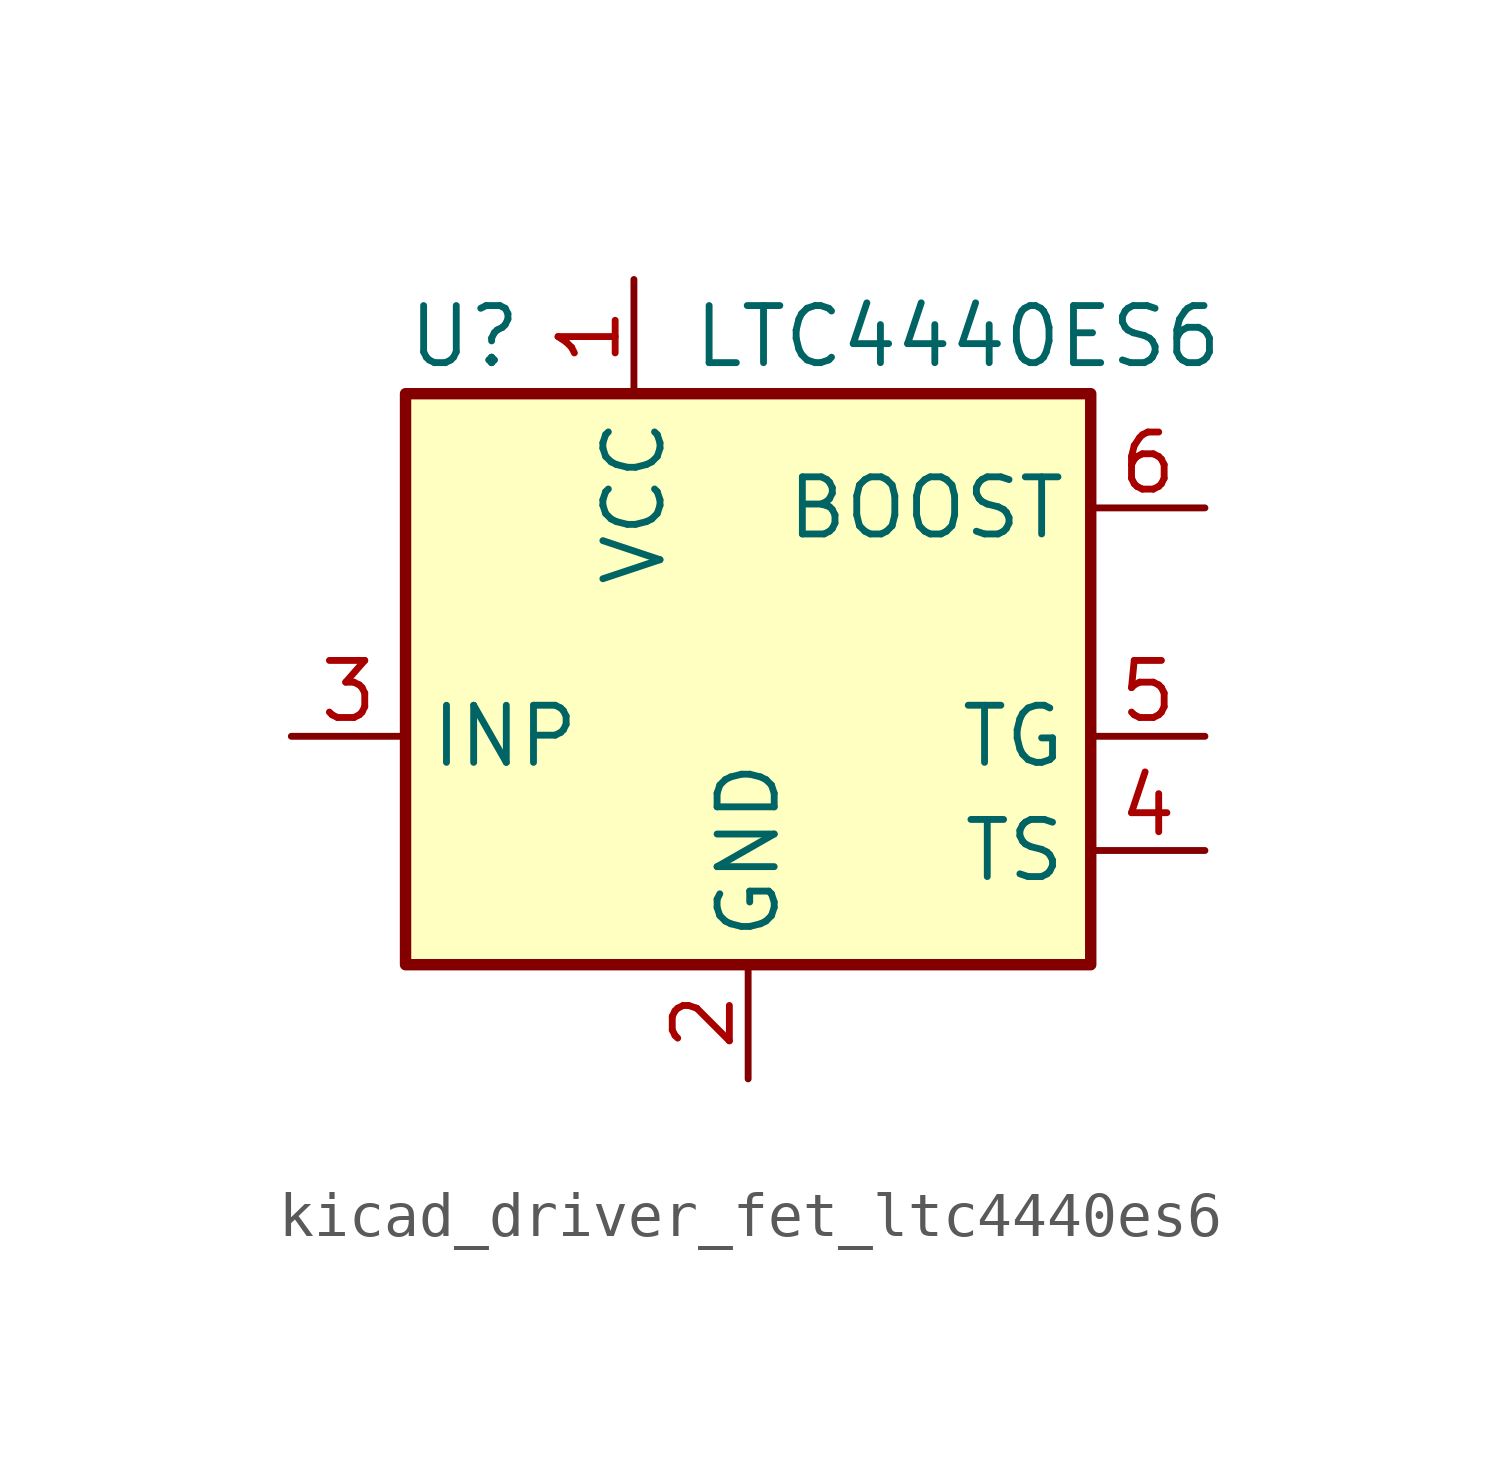
<source format=kicad_sym>
(kicad_symbol_lib
  (version 20220914)
  (generator kicad_symbol_editor)
  (symbol "kicad_driver_fet_ltc4440es6"
    (property "Reference" "U"
      (at -7.62 8.89 0)
      (effects (font (size 1.27 1.27)) (justify left)))
    (property "Value" "LTC4440ES6"
      (at -1.27 8.89 0)
      (effects (font (size 1.27 1.27)) (justify left)))
    (symbol "kicad_driver_fet_ltc4440es6_0_1"
      (rectangle (start -7.62 7.62) (end 7.62 -5.08) (stroke (width 0.254) (type default)) (fill (type background))))
    (symbol "kicad_driver_fet_ltc4440es6_1_1"
      (pin power_in line (at -2.54 10.16 270) (length 2.54) (name "VCC" (effects (font (size 1.27 1.27)))) (number "1" (effects (font (size 1.27 1.27)))))
      (pin power_in line (at 0 -7.62 90) (length 2.54) (name "GND" (effects (font (size 1.27 1.27)))) (number "2" (effects (font (size 1.27 1.27)))))
      (pin input line (at -10.16 0 0) (length 2.54) (name "INP" (effects (font (size 1.27 1.27)))) (number "3" (effects (font (size 1.27 1.27)))))
      (pin input line (at 10.16 -2.54 180) (length 2.54) (name "TS" (effects (font (size 1.27 1.27)))) (number "4" (effects (font (size 1.27 1.27)))))
      (pin output line (at 10.16 0 180) (length 2.54) (name "TG" (effects (font (size 1.27 1.27)))) (number "5" (effects (font (size 1.27 1.27)))))
      (pin input line (at 10.16 5.08 180) (length 2.54) (name "BOOST" (effects (font (size 1.27 1.27)))) (number "6" (effects (font (size 1.27 1.27))))))))
</source>
